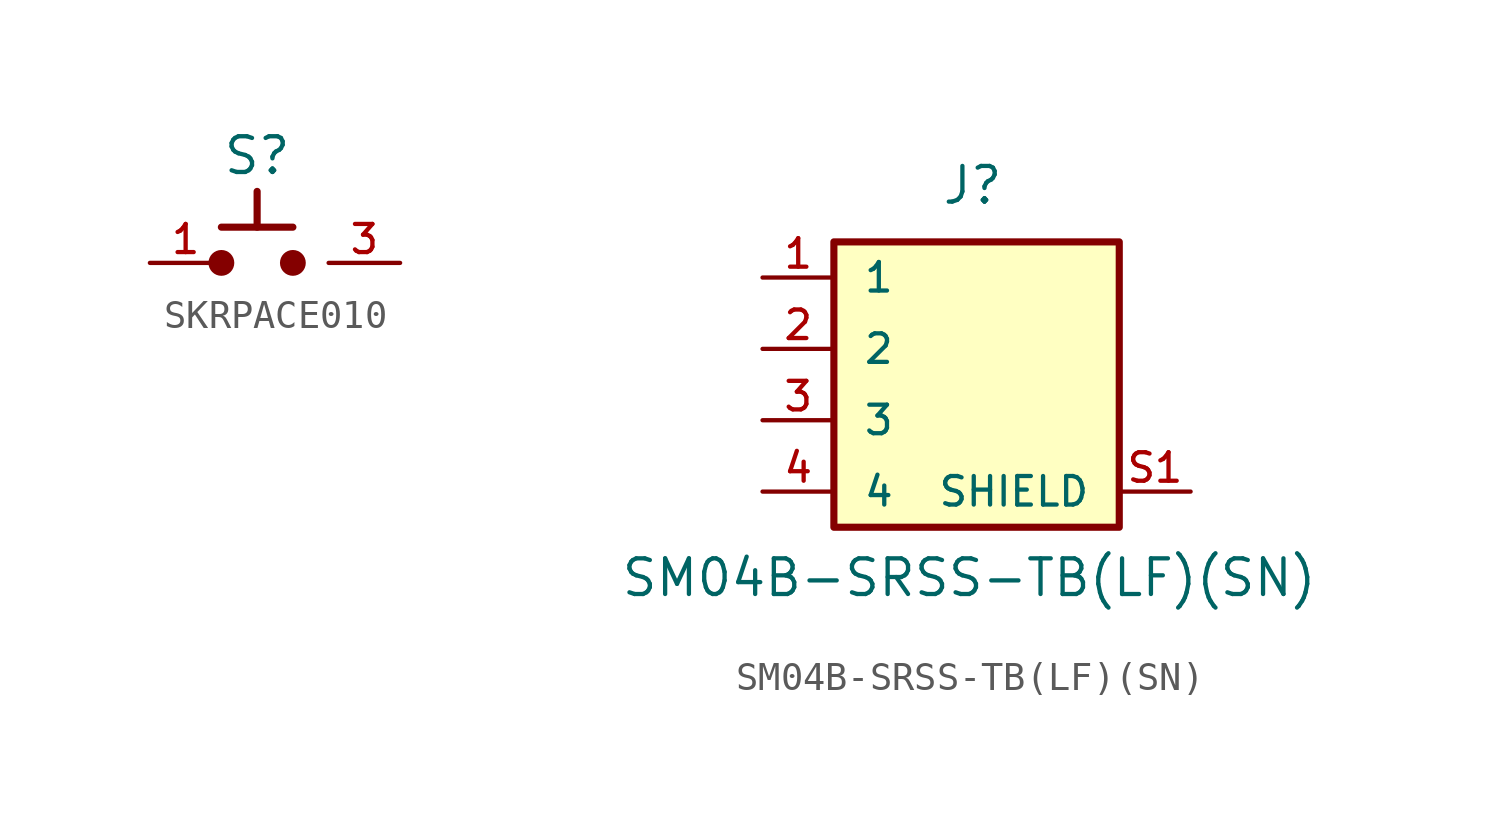
<source format=kicad_sym>
(kicad_symbol_lib
  (version 20220914)
  (generator kicad_symbol_editor)
  (symbol "SKRPACE010"
    (pin_names
      (offset 1.016))
    (property "Reference" "S"
      (at 0 3.81 0)
      (effects (font (size 1.27 1.27))))
    (symbol "SKRPACE010_0_0"
      (circle (center -1.27 0) (radius 0.359) (stroke (width 0.2) (type default)) (fill (type outline)))
      (polyline (pts (xy -1.27 1.27) (xy 1.27 1.27)) (stroke (width 0.254) (type default)) (fill (type none)))
      (polyline (pts (xy 0 2.54) (xy 0 1.27)) (stroke (width 0.254) (type default)) (fill (type none)))
      (circle (center 1.27 0) (radius 0.359) (stroke (width 0.2) (type default)) (fill (type outline)))
      (pin bidirectional line (at -3.81 0 0) (length 2.54) (name "~" (effects (font (size 1 1)))) (number "1" (effects (font (size 1 1)))))
      (pin bidirectional line (at -3.81 0 0) (length 2.54) hide (name "~" (effects (font (size 1 1)))) (number "2" (effects (font (size 1 1)))))
      (pin bidirectional line (at 5.08 0 180) (length 2.54) (name "~" (effects (font (size 1 1)))) (number "3" (effects (font (size 1 1)))))
      (pin bidirectional line (at 5.08 0 180) (length 2.54) hide (name "~" (effects (font (size 1 1)))) (number "4" (effects (font (size 1 1)))))))
  (symbol "SM04B-SRSS-TB(LF)(SN)"
    (pin_names
      (offset 1.016))
    (property "Reference" "J"
      (at -1.27 6.35 0)
      (effects (font (size 1.27 1.27)) (justify left bottom)))
    (property "Value" "SM04B-SRSS-TB(LF)(SN)"
      (at -12.7 -7.62 0)
      (effects (font (size 1.27 1.27)) (justify left bottom)))
    (symbol "SM04B-SRSS-TB(LF)(SN)_0_0"
      (rectangle (start -5.08 5.08) (end 5.08 -5.08) (stroke (width 0.254) (type default)) (fill (type background)))
      (pin passive line (at -7.62 3.81 0) (length 2.54) (name "1" (effects (font (size 1.016 1.016)))) (number "1" (effects (font (size 1.016 1.016)))))
      (pin passive line (at -7.62 1.27 0) (length 2.54) (name "2" (effects (font (size 1.016 1.016)))) (number "2" (effects (font (size 1.016 1.016)))))
      (pin passive line (at -7.62 -1.27 0) (length 2.54) (name "3" (effects (font (size 1.016 1.016)))) (number "3" (effects (font (size 1.016 1.016)))))
      (pin passive line (at -7.62 -3.81 0) (length 2.54) (name "4" (effects (font (size 1.016 1.016)))) (number "4" (effects (font (size 1.016 1.016)))))
      (pin passive line (at 7.62 -3.81 180) (length 2.54) (name "SHIELD" (effects (font (size 1.016 1.016)))) (number "S1" (effects (font (size 1.016 1.016)))))
      (pin passive line (at 7.62 -3.81 180) (length 2.54) hide (name "SHIELD" (effects (font (size 1.016 1.016)))) (number "S2" (effects (font (size 1.016 1.016))))))))
</source>
